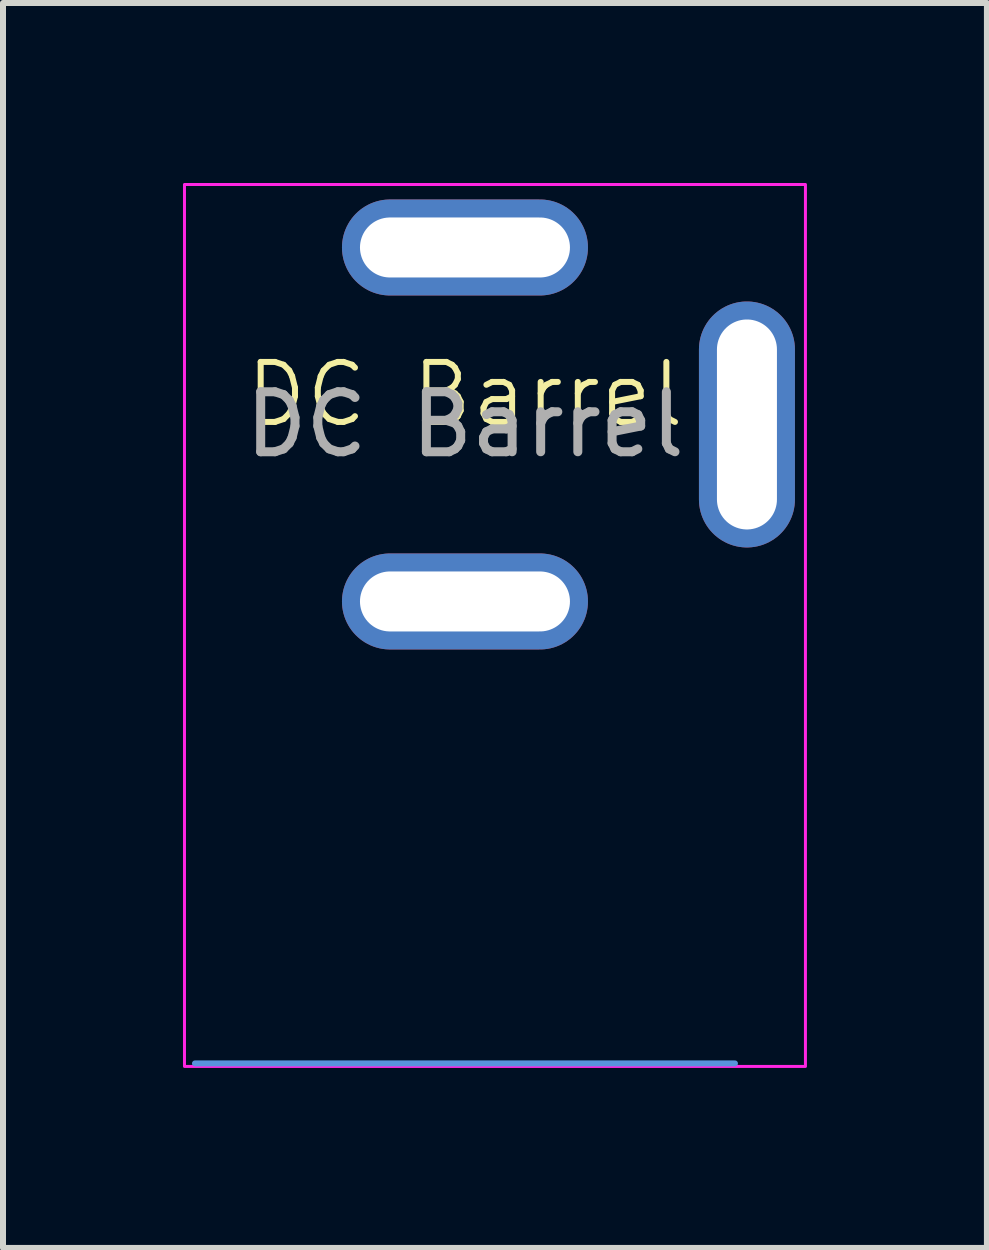
<source format=kicad_pcb>
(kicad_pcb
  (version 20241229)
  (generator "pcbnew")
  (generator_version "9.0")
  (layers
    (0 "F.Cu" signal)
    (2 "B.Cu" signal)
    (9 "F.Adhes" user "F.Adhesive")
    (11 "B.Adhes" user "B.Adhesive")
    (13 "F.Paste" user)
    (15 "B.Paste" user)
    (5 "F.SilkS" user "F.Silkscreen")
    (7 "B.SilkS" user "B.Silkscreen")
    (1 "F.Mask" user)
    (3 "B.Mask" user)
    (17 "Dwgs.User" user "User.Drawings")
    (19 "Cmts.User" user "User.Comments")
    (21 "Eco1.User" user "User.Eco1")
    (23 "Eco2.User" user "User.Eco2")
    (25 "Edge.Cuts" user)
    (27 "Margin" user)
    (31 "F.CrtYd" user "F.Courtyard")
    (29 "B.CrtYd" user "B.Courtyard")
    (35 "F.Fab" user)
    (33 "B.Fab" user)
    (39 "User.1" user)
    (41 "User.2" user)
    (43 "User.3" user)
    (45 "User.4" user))
  (footprint "DC Barrel"
    (layer "F.Cu")
    (at 4.7 4.025)
    (property "Reference" "DC Barrel" (at 0 -0.5 0) (unlocked yes) (layer "F.SilkS") (effects (font (size 1 1) (thickness 0.1))))
    (attr smd)
    (fp_line (start -4.5 10.65) (end 4.5 10.65) (stroke (width 0.1) (type default)) (layer "Cmts.User"))
    (fp_rect (start -4.675 -4) (end 5.675 10.7) (stroke (width 0.05) (type default)) (fill no) (layer "F.CrtYd"))
    (fp_text user "${REFERENCE}" (at 0 0 0) (unlocked yes) (layer "F.Fab") (effects (font (size 1 1) (thickness 0.15))))
    (pad "1" thru_hole oval (at 0 -2.95) (size 4.1 1.6) (drill oval 3.5 1) (layers "*.Cu" "*.Mask"))
    (pad "2" thru_hole oval (at 0 2.95) (size 4.1 1.6) (drill oval 3.5 1) (layers "*.Cu" "*.Mask"))
    (pad "3" thru_hole oval (at 4.7 0 90) (size 4.1 1.6) (drill oval 3.5 1) (layers "*.Cu" "*.Mask")))
  (gr_rect
    (start -3 -3)
    (end 13.4 17.75)
    (stroke (width 0.1) (type default))
    (fill no)
    (layer "Edge.Cuts")))
</source>
